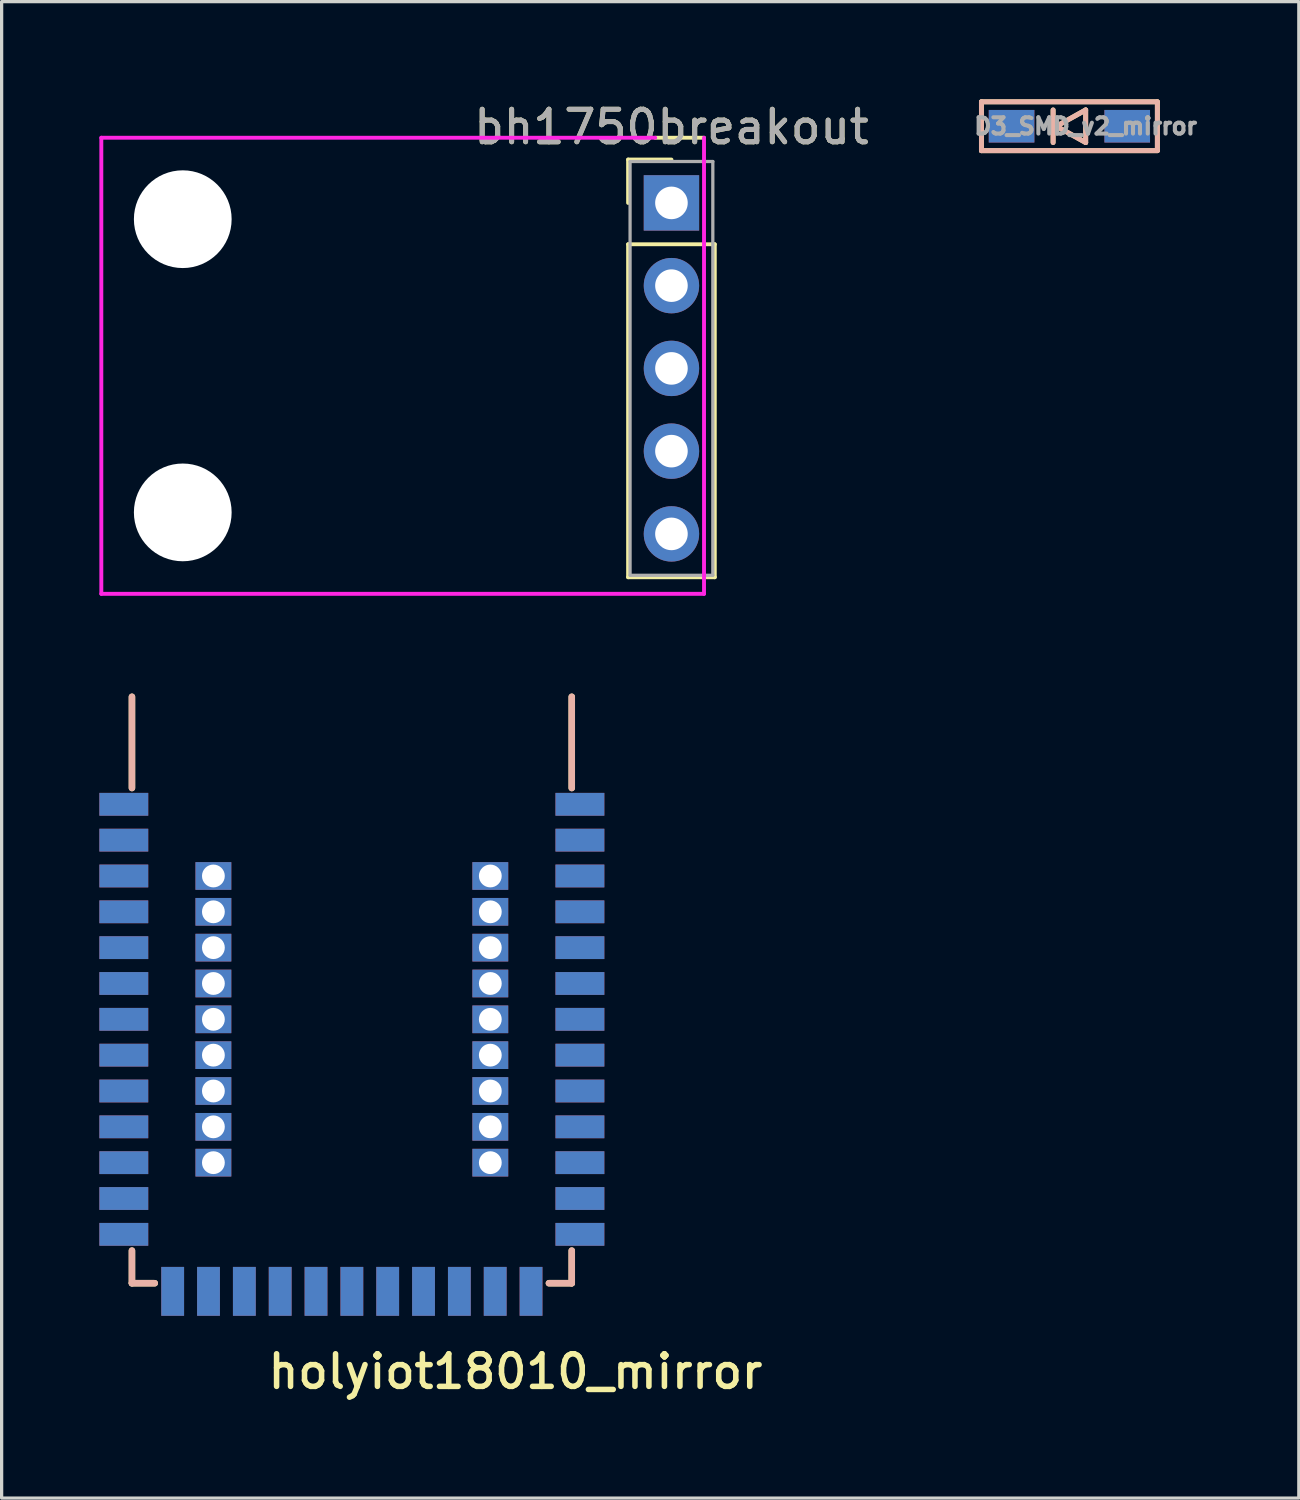
<source format=kicad_pcb>
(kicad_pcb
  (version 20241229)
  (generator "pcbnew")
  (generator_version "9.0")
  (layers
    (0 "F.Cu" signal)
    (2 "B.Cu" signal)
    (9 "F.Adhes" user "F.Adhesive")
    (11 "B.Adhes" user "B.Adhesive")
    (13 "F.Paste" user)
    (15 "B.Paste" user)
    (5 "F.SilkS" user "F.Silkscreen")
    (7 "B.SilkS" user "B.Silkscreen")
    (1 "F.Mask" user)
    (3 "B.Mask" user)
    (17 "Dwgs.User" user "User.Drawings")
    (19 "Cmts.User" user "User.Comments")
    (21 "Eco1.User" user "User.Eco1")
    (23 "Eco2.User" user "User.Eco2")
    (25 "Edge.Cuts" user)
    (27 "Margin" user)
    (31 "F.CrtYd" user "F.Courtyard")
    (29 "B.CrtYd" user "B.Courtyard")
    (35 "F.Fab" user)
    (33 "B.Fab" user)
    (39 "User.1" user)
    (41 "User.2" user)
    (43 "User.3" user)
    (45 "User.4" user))
  (footprint "bh1750breakout"
    (layer "F.Cu")
    (at 17.56 3.178)
    (property "Reference" "bh1750breakout" (at 0 -2.33 0) (layer "F.SilkS") (effects (font (size 1 1) (thickness 0.15))))
    (attr through_hole)
    (fp_line (start -1.33 -1.33) (end 0 -1.33) (stroke (width 0.12) (type solid)) (layer "F.SilkS"))
    (fp_line (start -1.33 0) (end -1.33 -1.33) (stroke (width 0.12) (type solid)) (layer "F.SilkS"))
    (fp_line (start -1.33 1.27) (end -1.33 11.49) (stroke (width 0.12) (type solid)) (layer "F.SilkS"))
    (fp_line (start -1.33 11.49) (end 1.33 11.49) (stroke (width 0.12) (type solid)) (layer "F.SilkS"))
    (fp_line (start -0.5 -2) (end 1 -2) (stroke (width 0.12) (type solid)) (layer "F.SilkS"))
    (fp_line (start 1.33 1.27) (end -1.33 1.27) (stroke (width 0.12) (type solid)) (layer "F.SilkS"))
    (fp_line (start 1.33 11.49) (end 1.33 1.27) (stroke (width 0.12) (type solid)) (layer "F.SilkS"))
    (fp_line (start -17.5 -2) (end -0.5 -2) (stroke (width 0.12) (type solid)) (layer "F.CrtYd"))
    (fp_line (start -17.5 12) (end -17.5 -2) (stroke (width 0.12) (type solid)) (layer "F.CrtYd"))
    (fp_line (start 1 -2) (end 1 12) (stroke (width 0.12) (type solid)) (layer "F.CrtYd"))
    (fp_line (start 1 12) (end -17.5 12) (stroke (width 0.12) (type solid)) (layer "F.CrtYd"))
    (fp_line (start -1.27 -1.27) (end -1.27 11.43) (stroke (width 0.1) (type solid)) (layer "F.Fab"))
    (fp_line (start -1.27 11.43) (end 1.27 11.43) (stroke (width 0.1) (type solid)) (layer "F.Fab"))
    (fp_line (start 1.27 -1.27) (end -1.27 -1.27) (stroke (width 0.1) (type solid)) (layer "F.Fab"))
    (fp_line (start 1.27 11.43) (end 1.27 -1.27) (stroke (width 0.1) (type solid)) (layer "F.Fab"))
    (fp_text user "${REFERENCE}" (at 0 -2.33 0) (layer "F.Fab") (effects (font (size 1 1) (thickness 0.15))))
    (pad "" np_thru_hole circle (at -15 0.5) (size 3 3) (drill 3) (layers "*.Cu" "*.Mask"))
    (pad "" np_thru_hole circle (at -15 9.5) (size 3 3) (drill 3) (layers "*.Cu" "*.Mask"))
    (pad "1" thru_hole rect (at 0 0) (size 1.7 1.7) (drill 1) (layers "*.Cu" "*.Mask"))
    (pad "2" thru_hole oval (at 0 2.54) (size 1.7 1.7) (drill 1) (layers "*.Cu" "*.Mask"))
    (pad "3" thru_hole oval (at 0 5.08) (size 1.7 1.7) (drill 1) (layers "*.Cu" "*.Mask"))
    (pad "4" thru_hole oval (at 0 7.62) (size 1.7 1.7) (drill 1) (layers "*.Cu" "*.Mask"))
    (pad "5" thru_hole oval (at 0 10.16) (size 1.7 1.7) (drill 1) (layers "*.Cu" "*.Mask")))
  (footprint "holyiot18010_mirror"
    (layer "F.Cu")
    (at 14.5 21.638)
    (property "Reference" "holyiot18010_mirror" (at -1.727 17.412 0) (layer "F.SilkS") (effects (font (size 1 1) (thickness 0.17))))
    (attr through_hole)
    (fp_line (start -13.5 -0.5) (end -13.5 -3.3) (stroke (width 0.2) (type solid)) (layer "F.SilkS"))
    (fp_line (start -13.5 14.7) (end -13.5 13.7) (stroke (width 0.2) (type solid)) (layer "F.SilkS"))
    (fp_line (start -12.8 14.7) (end -13.5 14.7) (stroke (width 0.2) (type solid)) (layer "F.SilkS"))
    (fp_line (start -0.7 14.7) (end 0 14.7) (stroke (width 0.2) (type solid)) (layer "F.SilkS"))
    (fp_line (start 0 -0.5) (end 0 -3.3) (stroke (width 0.2) (type solid)) (layer "F.SilkS"))
    (fp_line (start 0 14.7) (end 0 13.7) (stroke (width 0.2) (type solid)) (layer "F.SilkS"))
    (fp_line (start -13.5 -3.3) (end -13.5 -0.5) (stroke (width 0.2) (type solid)) (layer "B.SilkS"))
    (fp_line (start -13.5 14.7) (end -13.5 13.7) (stroke (width 0.2) (type solid)) (layer "B.SilkS"))
    (fp_line (start -12.8 14.7) (end -13.5 14.7) (stroke (width 0.2) (type solid)) (layer "B.SilkS"))
    (fp_line (start -0.7 14.7) (end 0 14.7) (stroke (width 0.2) (type solid)) (layer "B.SilkS"))
    (fp_line (start 0 -0.5) (end 0 -3.3) (stroke (width 0.2) (type solid)) (layer "B.SilkS"))
    (fp_line (start 0 14.7) (end 0 13.7) (stroke (width 0.2) (type solid)) (layer "B.SilkS"))
    (pad "1" smd rect (at -14 0 180) (size 1.5 0.7) (drill (offset -0.25 0)) (layers "B.Cu" "B.Mask" "B.Paste"))
    (pad "1" smd rect (at -14 13.2 180) (size 1.5 0.7) (drill (offset -0.25 0)) (layers "B.Cu" "B.Mask" "B.Paste"))
    (pad "1" smd rect (at -13.5 0) (size 1.5 0.7) (drill (offset -0.25 0)) (layers "F.Cu" "F.Mask" "F.Paste"))
    (pad "1" smd rect (at 0 0) (size 1.5 0.7) (drill (offset 0.25 0)) (layers "F.Cu" "F.Mask" "F.Paste"))
    (pad "1" smd rect (at 0 13.2) (size 1.5 0.7) (drill (offset 0.25 0)) (layers "F.Cu" "F.Mask" "F.Paste"))
    (pad "1" smd rect (at 0.5 0 180) (size 1.5 0.7) (drill (offset 0.25 0)) (layers "B.Cu" "B.Mask" "B.Paste"))
    (pad "2" smd rect (at -13.5 1.1) (size 1.5 0.7) (drill (offset -0.25 0)) (layers "F.Cu" "F.Mask" "F.Paste"))
    (pad "2" smd rect (at 0.5 1.1 180) (size 1.5 0.7) (drill (offset 0.25 0)) (layers "B.Cu" "B.Mask" "B.Paste"))
    (pad "3" smd rect (at -13.5 2.2) (size 1.5 0.7) (drill (offset -0.25 0)) (layers "F.Cu" "F.Mask" "F.Paste"))
    (pad "3" smd rect (at 0.5 2.2 180) (size 1.5 0.7) (drill (offset 0.25 0)) (layers "B.Cu" "B.Mask" "B.Paste"))
    (pad "4" smd rect (at -13.5 3.3) (size 1.5 0.7) (drill (offset -0.25 0)) (layers "F.Cu" "F.Mask" "F.Paste"))
    (pad "4" smd rect (at 0.5 3.3 180) (size 1.5 0.7) (drill (offset 0.25 0)) (layers "B.Cu" "B.Mask" "B.Paste"))
    (pad "5" smd rect (at -13.5 4.4) (size 1.5 0.7) (drill (offset -0.25 0)) (layers "F.Cu" "F.Mask" "F.Paste"))
    (pad "5" smd rect (at 0.5 4.4 180) (size 1.5 0.7) (drill (offset 0.25 0)) (layers "B.Cu" "B.Mask" "B.Paste"))
    (pad "6" smd rect (at -13.5 5.5) (size 1.5 0.7) (drill (offset -0.25 0)) (layers "F.Cu" "F.Mask" "F.Paste"))
    (pad "6" smd rect (at 0.5 5.5 180) (size 1.5 0.7) (drill (offset 0.25 0)) (layers "B.Cu" "B.Mask" "B.Paste"))
    (pad "7" smd rect (at -13.5 6.6) (size 1.5 0.7) (drill (offset -0.25 0)) (layers "F.Cu" "F.Mask" "F.Paste"))
    (pad "7" smd rect (at 0.5 6.6 180) (size 1.5 0.7) (drill (offset 0.25 0)) (layers "B.Cu" "B.Mask" "B.Paste"))
    (pad "8" smd rect (at -13.5 7.7) (size 1.5 0.7) (drill (offset -0.25 0)) (layers "F.Cu" "F.Mask" "F.Paste"))
    (pad "8" smd rect (at 0.5 7.7 180) (size 1.5 0.7) (drill (offset 0.25 0)) (layers "B.Cu" "B.Mask" "B.Paste"))
    (pad "9" smd rect (at -13.5 8.8) (size 1.5 0.7) (drill (offset -0.25 0)) (layers "F.Cu" "F.Mask" "F.Paste"))
    (pad "9" smd rect (at 0.5 8.8 180) (size 1.5 0.7) (drill (offset 0.25 0)) (layers "B.Cu" "B.Mask" "B.Paste"))
    (pad "10" smd rect (at -13.5 9.9) (size 1.5 0.7) (drill (offset -0.25 0)) (layers "F.Cu" "F.Mask" "F.Paste"))
    (pad "10" smd rect (at 0.5 9.9 180) (size 1.5 0.7) (drill (offset 0.25 0)) (layers "B.Cu" "B.Mask" "B.Paste"))
    (pad "11" smd rect (at -13.5 11) (size 1.5 0.7) (drill (offset -0.25 0)) (layers "F.Cu" "F.Mask" "F.Paste"))
    (pad "11" smd rect (at 0.5 11 180) (size 1.5 0.7) (drill (offset 0.25 0)) (layers "B.Cu" "B.Mask" "B.Paste"))
    (pad "12" smd rect (at -13.5 12.1) (size 1.5 0.7) (drill (offset -0.25 0)) (layers "F.Cu" "F.Mask" "F.Paste"))
    (pad "12" smd rect (at 0.5 12.1 180) (size 1.5 0.7) (drill (offset 0.25 0)) (layers "B.Cu" "B.Mask" "B.Paste"))
    (pad "13" smd rect (at -13.5 13.2) (size 1.5 0.7) (drill (offset -0.25 0)) (layers "F.Cu" "F.Mask" "F.Paste"))
    (pad "13" smd rect (at 0.5 13.2 180) (size 1.5 0.7) (drill (offset 0.25 0)) (layers "B.Cu" "B.Mask" "B.Paste"))
    (pad "14" smd rect (at -12.25 14.7) (size 0.7 1.5) (drill (offset 0 0.25)) (layers "F.Cu" "F.Mask" "F.Paste"))
    (pad "14" smd rect (at -1.25 15.2) (size 0.7 1.5) (drill (offset 0 -0.25)) (layers "B.Cu" "B.Mask" "B.Paste"))
    (pad "15" smd rect (at -11.15 14.7) (size 0.7 1.5) (drill (offset 0 0.25)) (layers "F.Cu" "F.Mask" "F.Paste"))
    (pad "15" smd rect (at -2.35 15.2) (size 0.7 1.5) (drill (offset 0 -0.25)) (layers "B.Cu" "B.Mask" "B.Paste"))
    (pad "16" smd rect (at -10.05 14.7) (size 0.7 1.5) (drill (offset 0 0.25)) (layers "F.Cu" "F.Mask" "F.Paste"))
    (pad "16" smd rect (at -3.45 15.2) (size 0.7 1.5) (drill (offset 0 -0.25)) (layers "B.Cu" "B.Mask" "B.Paste"))
    (pad "17" smd rect (at -8.95 14.7) (size 0.7 1.5) (drill (offset 0 0.25)) (layers "F.Cu" "F.Mask" "F.Paste"))
    (pad "17" smd rect (at -4.55 15.2) (size 0.7 1.5) (drill (offset 0 -0.25)) (layers "B.Cu" "B.Mask" "B.Paste"))
    (pad "18" smd rect (at -7.85 14.7) (size 0.7 1.5) (drill (offset 0 0.25)) (layers "F.Cu" "F.Mask" "F.Paste"))
    (pad "18" smd rect (at -5.65 15.2) (size 0.7 1.5) (drill (offset 0 -0.25)) (layers "B.Cu" "B.Mask" "B.Paste"))
    (pad "19" smd rect (at -6.75 14.7) (size 0.7 1.5) (drill (offset 0 0.25)) (layers "F.Cu" "F.Mask" "F.Paste"))
    (pad "19" smd rect (at -6.75 15.2) (size 0.7 1.5) (drill (offset 0 -0.25)) (layers "B.Cu" "B.Mask" "B.Paste"))
    (pad "20" smd rect (at -7.85 15.2) (size 0.7 1.5) (drill (offset 0 -0.25)) (layers "B.Cu" "B.Mask" "B.Paste"))
    (pad "20" smd rect (at -5.65 14.7) (size 0.7 1.5) (drill (offset 0 0.25)) (layers "F.Cu" "F.Mask" "F.Paste"))
    (pad "21" smd rect (at -8.95 15.2) (size 0.7 1.5) (drill (offset 0 -0.25)) (layers "B.Cu" "B.Mask" "B.Paste"))
    (pad "21" smd rect (at -4.55 14.7) (size 0.7 1.5) (drill (offset 0 0.25)) (layers "F.Cu" "F.Mask" "F.Paste"))
    (pad "22" smd rect (at -10.05 15.2) (size 0.7 1.5) (drill (offset 0 -0.25)) (layers "B.Cu" "B.Mask" "B.Paste"))
    (pad "22" smd rect (at -3.45 14.7) (size 0.7 1.5) (drill (offset 0 0.25)) (layers "F.Cu" "F.Mask" "F.Paste"))
    (pad "23" smd rect (at -11.15 15.2) (size 0.7 1.5) (drill (offset 0 -0.25)) (layers "B.Cu" "B.Mask" "B.Paste"))
    (pad "23" smd rect (at -2.35 14.7) (size 0.7 1.5) (drill (offset 0 0.25)) (layers "F.Cu" "F.Mask" "F.Paste"))
    (pad "24" smd rect (at -12.25 15.2) (size 0.7 1.5) (drill (offset 0 -0.25)) (layers "B.Cu" "B.Mask" "B.Paste"))
    (pad "24" smd rect (at -1.25 14.7) (size 0.7 1.5) (drill (offset 0 0.25)) (layers "F.Cu" "F.Mask" "F.Paste"))
    (pad "26" smd rect (at -14 12.1 180) (size 1.5 0.7) (drill (offset -0.25 0)) (layers "B.Cu" "B.Mask" "B.Paste"))
    (pad "26" smd rect (at 0 12.1) (size 1.5 0.7) (drill (offset 0.25 0)) (layers "F.Cu" "F.Mask" "F.Paste"))
    (pad "27" smd rect (at -14 11 180) (size 1.5 0.7) (drill (offset -0.25 0)) (layers "B.Cu" "B.Mask" "B.Paste"))
    (pad "27" smd rect (at 0 11) (size 1.5 0.7) (drill (offset 0.25 0)) (layers "F.Cu" "F.Mask" "F.Paste"))
    (pad "28" smd rect (at -14 9.9 180) (size 1.5 0.7) (drill (offset -0.25 0)) (layers "B.Cu" "B.Mask" "B.Paste"))
    (pad "28" smd rect (at 0 9.9) (size 1.5 0.7) (drill (offset 0.25 0)) (layers "F.Cu" "F.Mask" "F.Paste"))
    (pad "29" smd rect (at -14 8.8 180) (size 1.5 0.7) (drill (offset -0.25 0)) (layers "B.Cu" "B.Mask" "B.Paste"))
    (pad "29" smd rect (at 0 8.8) (size 1.5 0.7) (drill (offset 0.25 0)) (layers "F.Cu" "F.Mask" "F.Paste"))
    (pad "30" smd rect (at -14 7.7 180) (size 1.5 0.7) (drill (offset -0.25 0)) (layers "B.Cu" "B.Mask" "B.Paste"))
    (pad "30" smd rect (at 0 7.7) (size 1.5 0.7) (drill (offset 0.25 0)) (layers "F.Cu" "F.Mask" "F.Paste"))
    (pad "31" smd rect (at -14 6.6 180) (size 1.5 0.7) (drill (offset -0.25 0)) (layers "B.Cu" "B.Mask" "B.Paste"))
    (pad "31" smd rect (at 0 6.6) (size 1.5 0.7) (drill (offset 0.25 0)) (layers "F.Cu" "F.Mask" "F.Paste"))
    (pad "32" smd rect (at -14 5.5 180) (size 1.5 0.7) (drill (offset -0.25 0)) (layers "B.Cu" "B.Mask" "B.Paste"))
    (pad "32" smd rect (at 0 5.5) (size 1.5 0.7) (drill (offset 0.25 0)) (layers "F.Cu" "F.Mask" "F.Paste"))
    (pad "33" smd rect (at -14 4.4 180) (size 1.5 0.7) (drill (offset -0.25 0)) (layers "B.Cu" "B.Mask" "B.Paste"))
    (pad "33" smd rect (at 0 4.4) (size 1.5 0.7) (drill (offset 0.25 0)) (layers "F.Cu" "F.Mask" "F.Paste"))
    (pad "34" smd rect (at -14 3.3 180) (size 1.5 0.7) (drill (offset -0.25 0)) (layers "B.Cu" "B.Mask" "B.Paste"))
    (pad "34" smd rect (at 0 3.3) (size 1.5 0.7) (drill (offset 0.25 0)) (layers "F.Cu" "F.Mask" "F.Paste"))
    (pad "35" smd rect (at -14 2.2 180) (size 1.5 0.7) (drill (offset -0.25 0)) (layers "B.Cu" "B.Mask" "B.Paste"))
    (pad "35" smd rect (at 0 2.2) (size 1.5 0.7) (drill (offset 0.25 0)) (layers "F.Cu" "F.Mask" "F.Paste"))
    (pad "36" smd rect (at -14 1.1 180) (size 1.5 0.7) (drill (offset -0.25 0)) (layers "B.Cu" "B.Mask" "B.Paste"))
    (pad "36" smd rect (at 0 1.1) (size 1.5 0.7) (drill (offset 0.25 0)) (layers "F.Cu" "F.Mask" "F.Paste"))
    (pad "38" thru_hole rect (at -11 2.2) (size 1.1 0.85) (drill 0.7) (layers "*.Cu" "*.Mask"))
    (pad "39" thru_hole rect (at -11 3.3) (size 1.1 0.85) (drill 0.7) (layers "*.Cu" "*.Mask"))
    (pad "40" thru_hole rect (at -11 4.4) (size 1.1 0.85) (drill 0.7) (layers "*.Cu" "*.Mask"))
    (pad "41" thru_hole rect (at -11 5.5) (size 1.1 0.85) (drill 0.7) (layers "*.Cu" "*.Mask"))
    (pad "42" thru_hole rect (at -11 6.6) (size 1.1 0.85) (drill 0.7) (layers "*.Cu" "*.Mask"))
    (pad "43" thru_hole rect (at -11 7.7) (size 1.1 0.85) (drill 0.7) (layers "*.Cu" "*.Mask"))
    (pad "44" thru_hole rect (at -11 8.8) (size 1.1 0.85) (drill 0.7) (layers "*.Cu" "*.Mask"))
    (pad "45" thru_hole rect (at -11 9.9) (size 1.1 0.85) (drill 0.7) (layers "*.Cu" "*.Mask"))
    (pad "46" thru_hole rect (at -11 11) (size 1.1 0.85) (drill 0.7) (layers "*.Cu" "*.Mask"))
    (pad "47" thru_hole rect (at -2.5 2.2) (size 1.1 0.85) (drill 0.7) (layers "*.Cu" "*.Mask"))
    (pad "48" thru_hole rect (at -2.5 3.3) (size 1.1 0.85) (drill 0.7) (layers "*.Cu" "*.Mask"))
    (pad "49" thru_hole rect (at -2.5 4.4) (size 1.1 0.85) (drill 0.7) (layers "*.Cu" "*.Mask"))
    (pad "50" thru_hole rect (at -2.5 5.5) (size 1.1 0.85) (drill 0.7) (layers "*.Cu" "*.Mask"))
    (pad "51" thru_hole rect (at -2.5 6.6) (size 1.1 0.85) (drill 0.7) (layers "*.Cu" "*.Mask"))
    (pad "52" thru_hole rect (at -2.5 7.7) (size 1.1 0.85) (drill 0.7) (layers "*.Cu" "*.Mask"))
    (pad "53" thru_hole rect (at -2.5 8.8) (size 1.1 0.85) (drill 0.7) (layers "*.Cu" "*.Mask"))
    (pad "54" thru_hole rect (at -2.5 9.9) (size 1.1 0.85) (drill 0.7) (layers "*.Cu" "*.Mask"))
    (pad "55" thru_hole rect (at -2.5 11) (size 1.1 0.85) (drill 0.7) (layers "*.Cu" "*.Mask")))
  (footprint "D3_SMD_v2_mirror"
    (layer "F.Cu")
    (at 29.775 0.825)
    (property "Reference" "D3_SMD_v2_mirror" (at 0.5 0 0) (layer "F.Fab") (effects (font (size 0.5 0.5) (thickness 0.125))))
    (attr smd)
    (fp_line (start -2.7 -0.75) (end -2.7 0.75) (stroke (width 0.15) (type solid)) (layer "F.SilkS"))
    (fp_line (start -2.7 0.75) (end 2.7 0.75) (stroke (width 0.15) (type solid)) (layer "F.SilkS"))
    (fp_line (start -0.5 -0.5) (end -0.5 0.5) (stroke (width 0.15) (type solid)) (layer "F.SilkS"))
    (fp_line (start -0.4 0) (end 0.5 -0.5) (stroke (width 0.15) (type solid)) (layer "F.SilkS"))
    (fp_line (start 0.5 -0.5) (end 0.5 0.5) (stroke (width 0.15) (type solid)) (layer "F.SilkS"))
    (fp_line (start 0.5 0.5) (end -0.4 0) (stroke (width 0.15) (type solid)) (layer "F.SilkS"))
    (fp_line (start 2.7 -0.75) (end -2.7 -0.75) (stroke (width 0.15) (type solid)) (layer "F.SilkS"))
    (fp_line (start 2.7 -0.75) (end 2.7 0.75) (stroke (width 0.15) (type solid)) (layer "F.SilkS"))
    (fp_line (start -2.7 -0.75) (end -2.7 0.75) (stroke (width 0.15) (type solid)) (layer "B.SilkS"))
    (fp_line (start -2.7 0.75) (end 2.7 0.75) (stroke (width 0.15) (type solid)) (layer "B.SilkS"))
    (fp_line (start -0.5 -0.5) (end -0.5 0.5) (stroke (width 0.15) (type solid)) (layer "B.SilkS"))
    (fp_line (start -0.4 0) (end 0.5 -0.5) (stroke (width 0.15) (type solid)) (layer "B.SilkS"))
    (fp_line (start 0.5 -0.5) (end 0.5 0.5) (stroke (width 0.15) (type solid)) (layer "B.SilkS"))
    (fp_line (start 0.5 0.5) (end -0.4 0) (stroke (width 0.15) (type solid)) (layer "B.SilkS"))
    (fp_line (start 2.7 -0.75) (end -2.7 -0.75) (stroke (width 0.15) (type solid)) (layer "B.SilkS"))
    (fp_line (start 2.7 -0.75) (end 2.7 0.75) (stroke (width 0.15) (type solid)) (layer "B.SilkS"))
    (pad "1" smd rect (at -1.775 0) (size 1.4 1) (layers "F.Cu" "F.Mask" "F.Paste"))
    (pad "1" smd rect (at -1.775 0 180) (size 1.4 1) (layers "B.Cu" "B.Mask" "B.Paste"))
    (pad "2" smd rect (at 1.775 0) (size 1.4 1) (layers "F.Cu" "F.Mask" "F.Paste"))
    (pad "2" smd rect (at 1.775 0 180) (size 1.4 1) (layers "B.Cu" "B.Mask" "B.Paste")))
  (gr_rect
    (start -3 -3)
    (end 36.817 42.933)
    (stroke (width 0.1) (type default))
    (fill no)
    (layer "Edge.Cuts")))
</source>
